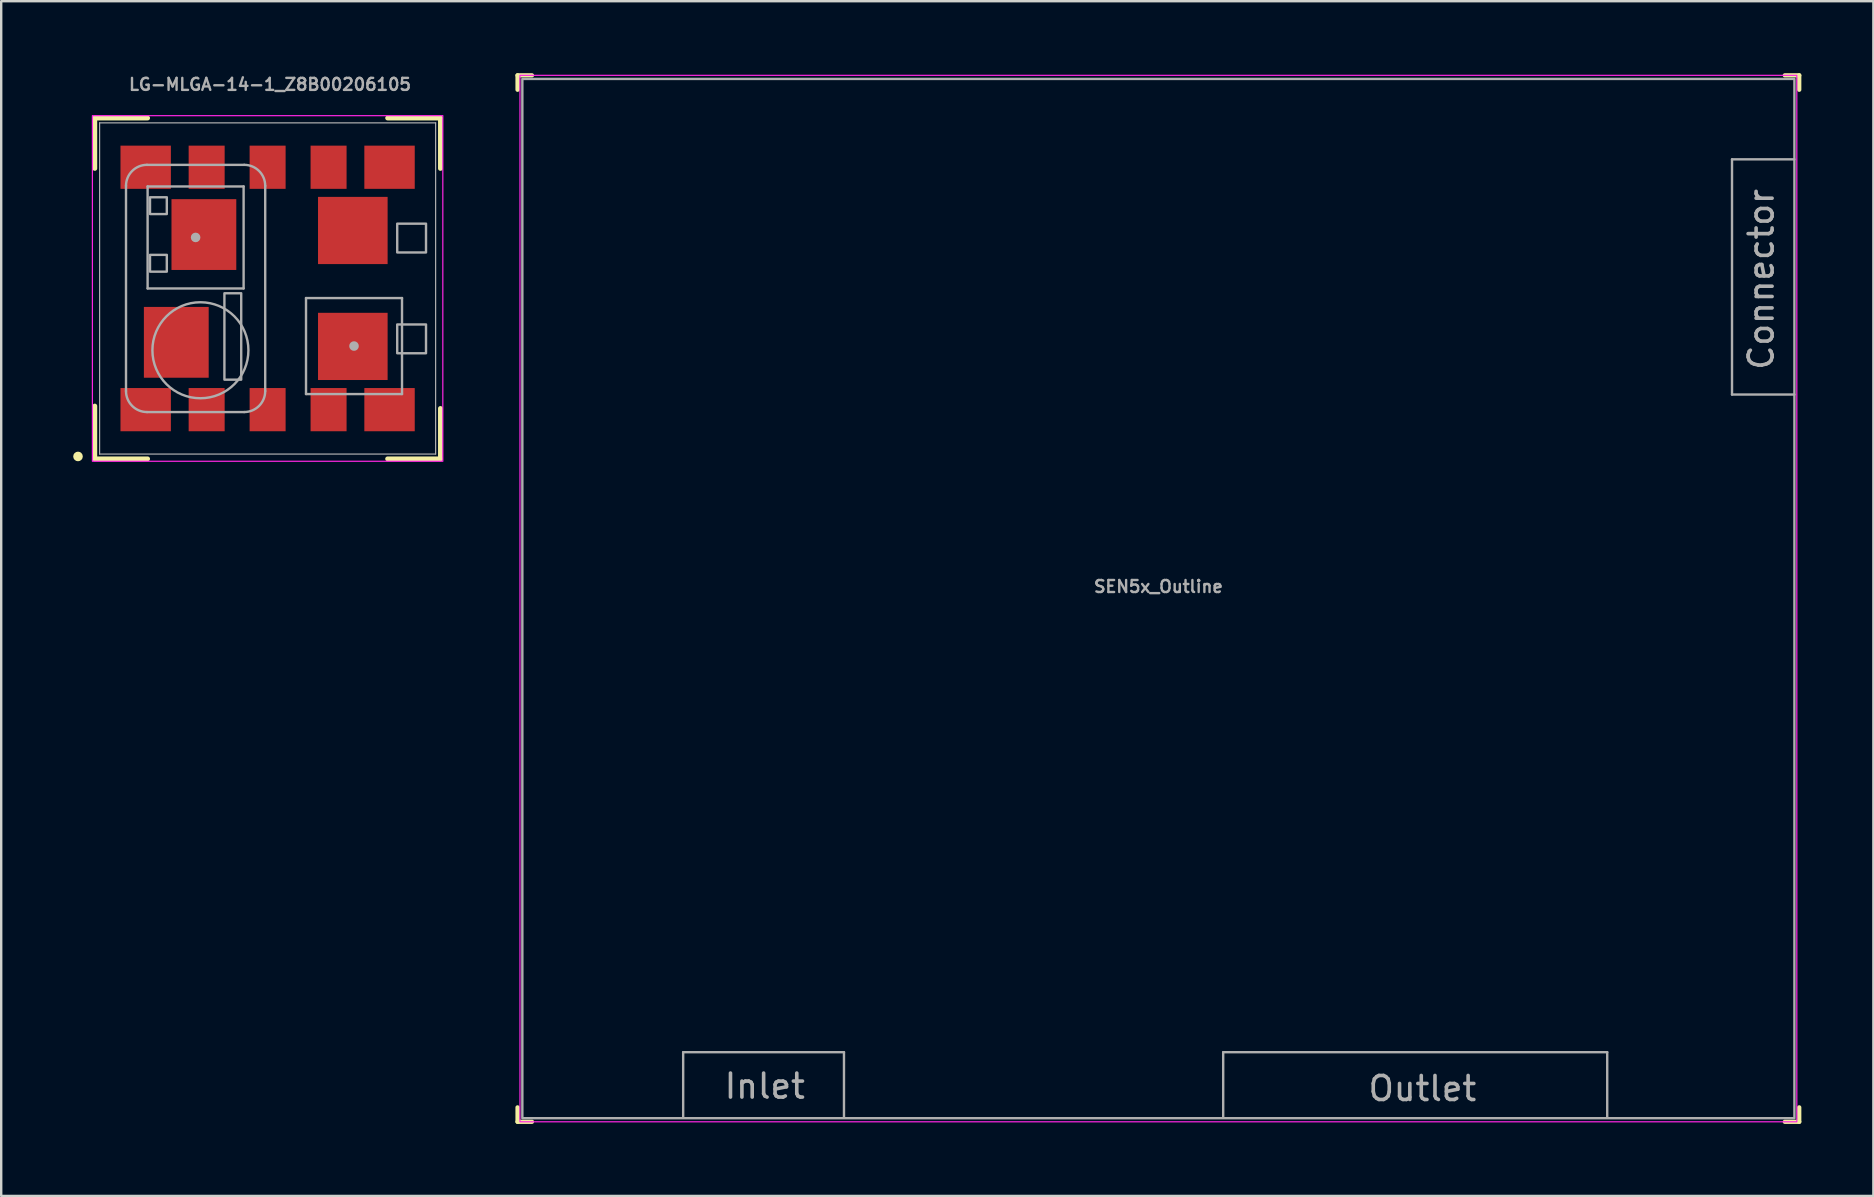
<source format=kicad_pcb>
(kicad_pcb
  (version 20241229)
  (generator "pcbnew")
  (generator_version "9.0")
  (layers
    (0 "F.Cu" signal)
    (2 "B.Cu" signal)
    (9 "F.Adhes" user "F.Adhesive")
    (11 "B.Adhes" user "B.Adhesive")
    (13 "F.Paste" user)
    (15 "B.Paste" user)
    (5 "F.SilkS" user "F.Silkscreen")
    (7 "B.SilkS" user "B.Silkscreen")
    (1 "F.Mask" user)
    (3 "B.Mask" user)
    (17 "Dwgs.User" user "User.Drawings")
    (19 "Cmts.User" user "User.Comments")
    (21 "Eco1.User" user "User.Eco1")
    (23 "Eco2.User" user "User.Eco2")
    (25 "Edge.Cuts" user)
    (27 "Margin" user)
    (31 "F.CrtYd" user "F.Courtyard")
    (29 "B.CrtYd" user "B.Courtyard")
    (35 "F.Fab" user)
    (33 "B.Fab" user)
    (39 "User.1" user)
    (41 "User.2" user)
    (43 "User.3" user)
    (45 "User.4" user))
  (footprint "SEN5x_Outline"
    (layer "F.Cu")
    (at 45.214 21.889)
    (property "Reference" "SEN5x_Outline" (at 0 -0.5 0) (layer "F.Fab") (effects (font (size 0.5 0.5) (thickness 0.1) (bold yes))))
    (attr smd)
    (fp_line (start -26.7 -21.2) (end -26.7 -21.8) (stroke (width 0.178) (type default)) (layer "F.SilkS"))
    (fp_line (start -26.7 21.2) (end -26.7 21.8) (stroke (width 0.178) (type default)) (layer "F.SilkS"))
    (fp_line (start -26.1 -21.8) (end -26.7 -21.8) (stroke (width 0.178) (type default)) (layer "F.SilkS"))
    (fp_line (start -26.1 21.8) (end -26.7 21.8) (stroke (width 0.178) (type default)) (layer "F.SilkS"))
    (fp_line (start 26.1 -21.8) (end 26.7 -21.8) (stroke (width 0.178) (type default)) (layer "F.SilkS"))
    (fp_line (start 26.1 21.8) (end 26.7 21.8) (stroke (width 0.178) (type default)) (layer "F.SilkS"))
    (fp_line (start 26.7 -21.2) (end 26.7 -21.8) (stroke (width 0.178) (type default)) (layer "F.SilkS"))
    (fp_line (start 26.7 21.2) (end 26.7 21.8) (stroke (width 0.178) (type default)) (layer "F.SilkS"))
    (fp_rect (start 26.6 -21.8) (end -26.6 21.8) (stroke (width 0.05) (type default)) (fill no) (layer "F.CrtYd"))
    (fp_line (start -19.8 18.9) (end -13.1 18.9) (stroke (width 0.1) (type default)) (layer "F.Fab"))
    (fp_line (start -19.8 21.6) (end -19.8 18.9) (stroke (width 0.1) (type default)) (layer "F.Fab"))
    (fp_line (start -13.1 18.9) (end -13.1 21.6) (stroke (width 0.1) (type default)) (layer "F.Fab"))
    (fp_line (start 2.7 18.9) (end 2.7 21.6) (stroke (width 0.1) (type default)) (layer "F.Fab"))
    (fp_line (start 18.7 18.9) (end 2.7 18.9) (stroke (width 0.1) (type default)) (layer "F.Fab"))
    (fp_line (start 18.7 21.6) (end 18.7 18.9) (stroke (width 0.1) (type default)) (layer "F.Fab"))
    (fp_line (start 23.9 -18.3) (end 23.9 -8.5) (stroke (width 0.1) (type default)) (layer "F.Fab"))
    (fp_line (start 23.9 -8.5) (end 26.5 -8.5) (stroke (width 0.1) (type default)) (layer "F.Fab"))
    (fp_line (start 26.5 -18.3) (end 23.9 -18.3) (stroke (width 0.1) (type default)) (layer "F.Fab"))
    (fp_rect (start -26.5 -21.65) (end 26.5 21.65) (stroke (width 0.1) (type default)) (fill no) (layer "F.Fab"))
    (fp_text user "Inlet" (at -16.4 20.9 0) (unlocked yes) (layer "F.Fab") (effects (font (size 1 1) (thickness 0.15)) (justify bottom)))
    (fp_text user "Connector" (at 25.7 -13.3 90) (unlocked yes) (layer "F.Fab") (effects (font (size 1 1) (thickness 0.15)) (justify bottom)))
    (fp_text user "Outlet" (at 11 21 0) (unlocked yes) (layer "F.Fab") (effects (font (size 1 1) (thickness 0.15)) (justify bottom))))
  (footprint "LG-MLGA-14-1_Z8B00206105"
    (layer "F.Cu")
    (at 8.1 8.968)
    (property "Reference" "LG-MLGA-14-1_Z8B00206105" (at 0.1 -8.5 0) (layer "F.Fab") (effects (font (size 0.5 0.5) (thickness 0.1) (bold yes))))
    (attr smd)
    (fp_poly (pts (xy -6.18 -4.1) (xy -3.98 -4.1) (xy -3.98 -6) (xy -6.18 -6)) (stroke (width 0) (type default)) (fill yes) (layer "F.Mask"))
    (fp_poly (pts (xy -6.18 6) (xy -3.98 6) (xy -3.98 4.1) (xy -6.18 4.1)) (stroke (width 0) (type default)) (fill yes) (layer "F.Mask"))
    (fp_poly (pts (xy -5.21 3.77) (xy -2.41 3.77) (xy -2.41 0.72) (xy -5.21 0.72)) (stroke (width 0) (type default)) (fill yes) (layer "F.Mask"))
    (fp_poly (pts (xy -4.06 -0.72) (xy -1.26 -0.72) (xy -1.26 -3.77) (xy -4.06 -3.77)) (stroke (width 0) (type default)) (fill yes) (layer "F.Mask"))
    (fp_poly (pts (xy -3.34 -4.1) (xy -1.74 -4.1) (xy -1.74 -6) (xy -3.34 -6)) (stroke (width 0) (type default)) (fill yes) (layer "F.Mask"))
    (fp_poly (pts (xy -3.34 6) (xy -1.74 6) (xy -1.74 4.1) (xy -3.34 4.1)) (stroke (width 0) (type default)) (fill yes) (layer "F.Mask"))
    (fp_poly (pts (xy -0.8 -4.1) (xy 0.8 -4.1) (xy 0.8 -6) (xy -0.8 -6)) (stroke (width 0) (type default)) (fill yes) (layer "F.Mask"))
    (fp_poly (pts (xy -0.8 6) (xy 0.8 6) (xy 0.8 4.1) (xy -0.8 4.1)) (stroke (width 0) (type default)) (fill yes) (layer "F.Mask"))
    (fp_poly (pts (xy 1.74 -4.1) (xy 3.34 -4.1) (xy 3.34 -6) (xy 1.74 -6)) (stroke (width 0) (type default)) (fill yes) (layer "F.Mask"))
    (fp_poly (pts (xy 1.74 6) (xy 3.34 6) (xy 3.34 4.1) (xy 1.74 4.1)) (stroke (width 0) (type default)) (fill yes) (layer "F.Mask"))
    (fp_poly (pts (xy 2.05 -0.97) (xy 5.05 -0.97) (xy 5.05 -3.86) (xy 2.05 -3.86)) (stroke (width 0) (type default)) (fill yes) (layer "F.Mask"))
    (fp_poly (pts (xy 2.05 3.86) (xy 5.05 3.86) (xy 5.05 0.97) (xy 2.05 0.97)) (stroke (width 0) (type default)) (fill yes) (layer "F.Mask"))
    (fp_poly (pts (xy 3.98 -4.1) (xy 6.18 -4.1) (xy 6.18 -6) (xy 3.98 -6)) (stroke (width 0) (type default)) (fill yes) (layer "F.Mask"))
    (fp_poly (pts (xy 3.98 6) (xy 6.18 6) (xy 6.18 4.1) (xy 3.98 4.1)) (stroke (width 0) (type default)) (fill yes) (layer "F.Mask"))
    (fp_line (start -7.2 -7.1) (end -7.2 -5) (stroke (width 0.2) (type solid)) (layer "F.SilkS"))
    (fp_line (start -7.2 4.9) (end -7.2 7.1) (stroke (width 0.2) (type solid)) (layer "F.SilkS"))
    (fp_line (start -7.2 7.1) (end -5 7.1) (stroke (width 0.2) (type solid)) (layer "F.SilkS"))
    (fp_line (start -5 -7.1) (end -7.2 -7.1) (stroke (width 0.2) (type solid)) (layer "F.SilkS"))
    (fp_line (start 5 7.1) (end 7.2 7.1) (stroke (width 0.2) (type solid)) (layer "F.SilkS"))
    (fp_line (start 7.2 -7.1) (end 5 -7.1) (stroke (width 0.2) (type solid)) (layer "F.SilkS"))
    (fp_line (start 7.2 -5) (end 7.2 -7.1) (stroke (width 0.2) (type solid)) (layer "F.SilkS"))
    (fp_line (start 7.2 7.1) (end 7.2 5) (stroke (width 0.2) (type solid)) (layer "F.SilkS"))
    (fp_circle (center -7.9 7) (end -7.8 7) (stroke (width 0.2) (type default)) (fill no) (layer "F.SilkS"))
    (fp_poly (pts (xy -6.005 -4.2) (xy -4.155 -4.2) (xy -4.155 -5.7) (xy -6.005 -5.7)) (stroke (width 0) (type default)) (fill yes) (layer "F.Paste"))
    (fp_poly (pts (xy -6.005 5.7) (xy -4.155 5.7) (xy -4.155 4.2) (xy -6.005 4.2)) (stroke (width 0) (type default)) (fill yes) (layer "F.Paste"))
    (fp_poly (pts (xy -5.005 2.145) (xy -3.905 2.145) (xy -3.905 0.935) (xy -5.005 0.935)) (stroke (width 0) (type default)) (fill yes) (layer "F.Paste"))
    (fp_poly (pts (xy -5.005 3.555) (xy -3.905 3.555) (xy -3.905 2.345) (xy -5.005 2.345)) (stroke (width 0) (type default)) (fill yes) (layer "F.Paste"))
    (fp_poly (pts (xy -3.855 -2.345) (xy -2.755 -2.345) (xy -2.755 -3.555) (xy -3.855 -3.555)) (stroke (width 0) (type default)) (fill yes) (layer "F.Paste"))
    (fp_poly (pts (xy -3.855 -0.935) (xy -2.755 -0.935) (xy -2.755 -2.145) (xy -3.855 -2.145)) (stroke (width 0) (type default)) (fill yes) (layer "F.Paste"))
    (fp_poly (pts (xy -3.705 2.145) (xy -2.605 2.145) (xy -2.605 0.935) (xy -3.705 0.935)) (stroke (width 0) (type default)) (fill yes) (layer "F.Paste"))
    (fp_poly (pts (xy -3.705 3.555) (xy -2.605 3.555) (xy -2.605 2.345) (xy -3.705 2.345)) (stroke (width 0) (type default)) (fill yes) (layer "F.Paste"))
    (fp_poly (pts (xy -3.19 -4.2) (xy -1.89 -4.2) (xy -1.89 -5.7) (xy -3.19 -5.7)) (stroke (width 0) (type default)) (fill yes) (layer "F.Paste"))
    (fp_poly (pts (xy -3.19 5.7) (xy -1.89 5.7) (xy -1.89 4.2) (xy -3.19 4.2)) (stroke (width 0) (type default)) (fill yes) (layer "F.Paste"))
    (fp_poly (pts (xy -2.555 -2.345) (xy -1.455 -2.345) (xy -1.455 -3.555) (xy -2.555 -3.555)) (stroke (width 0) (type default)) (fill yes) (layer "F.Paste"))
    (fp_poly (pts (xy -2.555 -0.935) (xy -1.455 -0.935) (xy -1.455 -2.145) (xy -2.555 -2.145)) (stroke (width 0) (type default)) (fill yes) (layer "F.Paste"))
    (fp_poly (pts (xy -0.65 -4.2) (xy 0.65 -4.2) (xy 0.65 -5.7) (xy -0.65 -5.7)) (stroke (width 0) (type default)) (fill yes) (layer "F.Paste"))
    (fp_poly (pts (xy -0.65 5.7) (xy 0.65 5.7) (xy 0.65 4.2) (xy -0.65 4.2)) (stroke (width 0) (type default)) (fill yes) (layer "F.Paste"))
    (fp_poly (pts (xy 1.89 -4.2) (xy 3.19 -4.2) (xy 3.19 -5.7) (xy 1.89 -5.7)) (stroke (width 0) (type default)) (fill yes) (layer "F.Paste"))
    (fp_poly (pts (xy 1.89 5.7) (xy 3.19 5.7) (xy 3.19 4.2) (xy 1.89 4.2)) (stroke (width 0) (type default)) (fill yes) (layer "F.Paste"))
    (fp_poly (pts (xy 2.29 -2.515) (xy 3.45 -2.515) (xy 3.45 -3.675) (xy 2.29 -3.675)) (stroke (width 0) (type default)) (fill yes) (layer "F.Paste"))
    (fp_poly (pts (xy 2.29 -1.155) (xy 3.45 -1.155) (xy 3.45 -2.315) (xy 2.29 -2.315)) (stroke (width 0) (type default)) (fill yes) (layer "F.Paste"))
    (fp_poly (pts (xy 2.29 2.315) (xy 3.45 2.315) (xy 3.45 1.155) (xy 2.29 1.155)) (stroke (width 0) (type default)) (fill yes) (layer "F.Paste"))
    (fp_poly (pts (xy 2.29 3.675) (xy 3.45 3.675) (xy 3.45 2.515) (xy 2.29 2.515)) (stroke (width 0) (type default)) (fill yes) (layer "F.Paste"))
    (fp_poly (pts (xy 3.65 -2.515) (xy 4.81 -2.515) (xy 4.81 -3.675) (xy 3.65 -3.675)) (stroke (width 0) (type default)) (fill yes) (layer "F.Paste"))
    (fp_poly (pts (xy 3.65 -1.155) (xy 4.81 -1.155) (xy 4.81 -2.315) (xy 3.65 -2.315)) (stroke (width 0) (type default)) (fill yes) (layer "F.Paste"))
    (fp_poly (pts (xy 3.65 2.315) (xy 4.81 2.315) (xy 4.81 1.155) (xy 3.65 1.155)) (stroke (width 0) (type default)) (fill yes) (layer "F.Paste"))
    (fp_poly (pts (xy 3.65 3.675) (xy 4.81 3.675) (xy 4.81 2.515) (xy 3.65 2.515)) (stroke (width 0) (type default)) (fill yes) (layer "F.Paste"))
    (fp_poly (pts (xy 4.155 -4.2) (xy 6.005 -4.2) (xy 6.005 -5.7) (xy 4.155 -5.7)) (stroke (width 0) (type default)) (fill yes) (layer "F.Paste"))
    (fp_poly (pts (xy 4.155 5.7) (xy 6.005 5.7) (xy 6.005 4.2) (xy 4.155 4.2)) (stroke (width 0) (type default)) (fill yes) (layer "F.Paste"))
    (fp_rect (start 7.3 -7.2) (end -7.3 7.2) (stroke (width 0.05) (type default)) (fill no) (layer "F.CrtYd"))
    (fp_line (start -7 -6.9) (end -7 6.9) (stroke (width 0.05) (type solid)) (layer "F.Fab"))
    (fp_line (start -7 6.9) (end 7 6.9) (stroke (width 0.05) (type solid)) (layer "F.Fab"))
    (fp_line (start -5.9 -4.275) (end -5.9 4.275) (stroke (width 0.1) (type solid)) (layer "F.Fab"))
    (fp_line (start -5.025 5.15) (end -0.975 5.15) (stroke (width 0.1) (type solid)) (layer "F.Fab"))
    (fp_line (start -5 -4.25) (end -5 0) (stroke (width 0.1) (type solid)) (layer "F.Fab"))
    (fp_line (start -1 -4.25) (end -5 -4.25) (stroke (width 0.1) (type solid)) (layer "F.Fab"))
    (fp_line (start -1 0) (end -5 0) (stroke (width 0.1) (type solid)) (layer "F.Fab"))
    (fp_line (start -1 0) (end -1 -4.25) (stroke (width 0.1) (type solid)) (layer "F.Fab"))
    (fp_line (start -0.975 -5.15) (end -5.025 -5.15) (stroke (width 0.1) (type solid)) (layer "F.Fab"))
    (fp_line (start -0.1 4.275) (end -0.1 -4.275) (stroke (width 0.1) (type solid)) (layer "F.Fab"))
    (fp_line (start 1.6 0.4) (end 1.6 4.4) (stroke (width 0.1) (type solid)) (layer "F.Fab"))
    (fp_line (start 1.6 0.4) (end 5.6 0.4) (stroke (width 0.1) (type solid)) (layer "F.Fab"))
    (fp_line (start 1.6 4.4) (end 5.6 4.4) (stroke (width 0.1) (type solid)) (layer "F.Fab"))
    (fp_line (start 5.6 0.4) (end 5.6 4.4) (stroke (width 0.1) (type solid)) (layer "F.Fab"))
    (fp_line (start 7 -6.9) (end -7 -6.9) (stroke (width 0.05) (type solid)) (layer "F.Fab"))
    (fp_line (start 7 6.9) (end 7 -6.9) (stroke (width 0.05) (type solid)) (layer "F.Fab"))
    (fp_arc (start -5.9 -4.275) (mid -5.643718 -4.893718) (end -5.025 -5.15) (stroke (width 0.1) (type solid)) (layer "F.Fab"))
    (fp_arc (start -5.025 5.15) (mid -5.643718 4.893718) (end -5.9 4.275) (stroke (width 0.1) (type solid)) (layer "F.Fab"))
    (fp_arc (start -0.975 -5.15) (mid -0.356282 -4.893718) (end -0.1 -4.275) (stroke (width 0.1) (type solid)) (layer "F.Fab"))
    (fp_arc (start -0.1 4.275) (mid -0.356282 4.893718) (end -0.975 5.15) (stroke (width 0.1) (type solid)) (layer "F.Fab"))
    (fp_circle (center -3 -2.125) (end -2.9 -2.125) (stroke (width 0.2) (type solid)) (fill no) (layer "F.Fab"))
    (fp_circle (center -2.8 2.575) (end -0.8 2.575) (stroke (width 0.1) (type solid)) (fill no) (layer "F.Fab"))
    (fp_circle (center 3.6 2.4) (end 3.7 2.4) (stroke (width 0.2) (type solid)) (fill no) (layer "F.Fab"))
    (fp_poly (pts (xy -4.9 -3.1) (xy -4.2 -3.1) (xy -4.2 -3.8) (xy -4.9 -3.8)) (stroke (width 0.1) (type default)) (fill no) (layer "F.Fab"))
    (fp_poly (pts (xy -4.9 -0.7) (xy -4.2 -0.7) (xy -4.2 -1.4) (xy -4.9 -1.4)) (stroke (width 0.1) (type default)) (fill no) (layer "F.Fab"))
    (fp_poly (pts (xy -1.8 3.8) (xy -1.1 3.8) (xy -1.1 0.2) (xy -1.8 0.2)) (stroke (width 0.1) (type default)) (fill no) (layer "F.Fab"))
    (fp_poly (pts (xy 5.4 -1.5) (xy 6.6 -1.5) (xy 6.6 -2.7) (xy 5.4 -2.7)) (stroke (width 0.1) (type default)) (fill no) (layer "F.Fab"))
    (fp_poly (pts (xy 5.4 2.7) (xy 6.6 2.7) (xy 6.6 1.5) (xy 5.4 1.5)) (stroke (width 0.1) (type default)) (fill no) (layer "F.Fab"))
    (pad "1" smd rect (at -5.08 5.05) (size 2.1 1.8) (layers "F.Cu"))
    (pad "2" smd rect (at -2.54 5.05) (size 1.5 1.8) (layers "F.Cu"))
    (pad "3" smd rect (at 0 5.05) (size 1.5 1.8) (layers "F.Cu"))
    (pad "4" smd rect (at 2.54 5.05) (size 1.5 1.8) (layers "F.Cu"))
    (pad "5" smd rect (at 5.08 5.05) (size 2.1 1.8) (layers "F.Cu"))
    (pad "6" smd rect (at 5.08 -5.05) (size 2.1 1.8) (layers "F.Cu"))
    (pad "7" smd rect (at 2.54 -5.05) (size 1.5 1.8) (layers "F.Cu"))
    (pad "8" smd rect (at 0 -5.05) (size 1.5 1.8) (layers "F.Cu"))
    (pad "9" smd rect (at -2.54 -5.05) (size 1.5 1.8) (layers "F.Cu"))
    (pad "10" smd rect (at -5.08 -5.05) (size 2.1 1.8) (layers "F.Cu"))
    (pad "11" smd rect (at -2.655 -2.245) (size 2.7 2.95) (layers "F.Cu"))
    (pad "12" smd rect (at -3.805 2.245) (size 2.7 2.95) (layers "F.Cu"))
    (pad "13" smd rect (at 3.55 2.415) (size 2.9 2.8) (layers "F.Cu"))
    (pad "14" smd rect (at 3.55 -2.415) (size 2.9 2.8) (layers "F.Cu")))
  (gr_rect
    (start -3 -3)
    (end 75.003 46.778)
    (stroke (width 0.1) (type default))
    (fill no)
    (layer "Edge.Cuts")))
</source>
